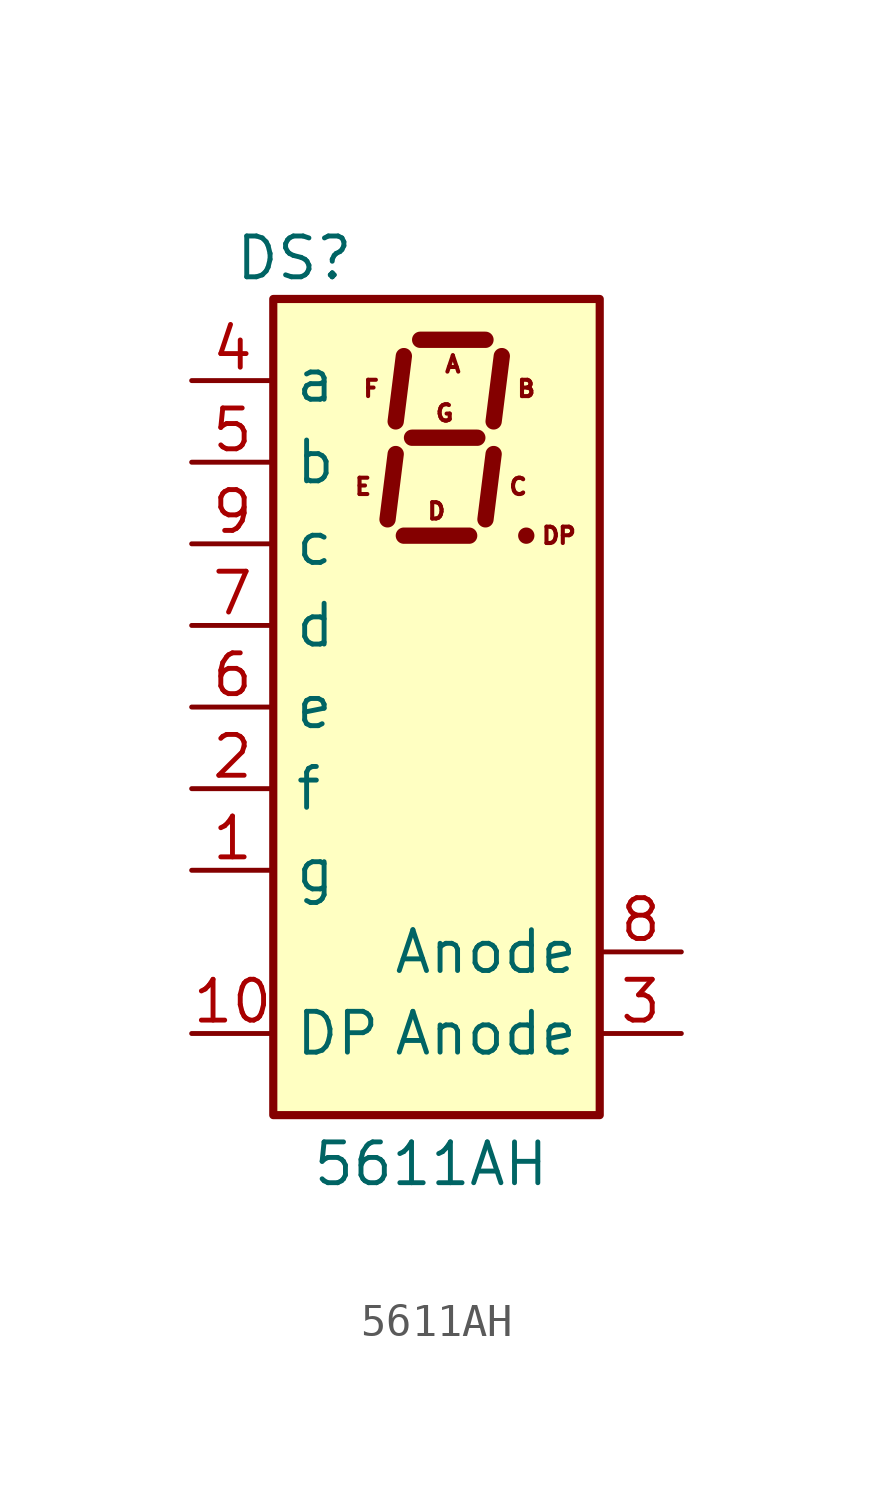
<source format=kicad_sym>
(kicad_symbol_lib
  (version 20211014)
  (generator kicad_symbol_editor)
  (symbol "5611AH"
    (pin_names
      (offset 0.635))
    (property "Reference" "DS"
      (at -2.54 13.97 0)
      (effects (font (size 1.27 1.27)) (justify right)))
    (property "Value" "5611AH"
      (at 3.556 -14.224 0)
      (effects (font (size 1.27 1.27)) (justify right)))
    (symbol "5611AH_0_0"
      (text "A" (at 0.508 10.668 0) (effects (font (size 0.508 0.508))))
      (text "B" (at 2.794 9.906 0) (effects (font (size 0.508 0.508))))
      (text "C" (at 2.54 6.858 0) (effects (font (size 0.508 0.508))))
      (text "D" (at 0 6.096 0) (effects (font (size 0.508 0.508))))
      (text "DP" (at 3.81 5.334 0) (effects (font (size 0.508 0.508))))
      (text "E" (at -2.286 6.858 0) (effects (font (size 0.508 0.508))))
      (text "F" (at -2.032 9.906 0) (effects (font (size 0.508 0.508))))
      (text "G" (at 0.254 9.144 0) (effects (font (size 0.508 0.508)))))
    (symbol "5611AH_0_1"
      (rectangle (start -5.08 12.7) (end 5.08 -12.7) (stroke (width 0.254) (type default) (color 0 0 0 0)) (fill (type background)))
      (polyline (pts (xy -1.27 7.874) (xy -1.524 5.842)) (stroke (width 0.508) (type default) (color 0 0 0 0)) (fill (type none)))
      (polyline (pts (xy -1.016 5.334) (xy 1.016 5.334)) (stroke (width 0.508) (type default) (color 0 0 0 0)) (fill (type none)))
      (polyline (pts (xy -1.016 10.922) (xy -1.27 8.89)) (stroke (width 0.508) (type default) (color 0 0 0 0)) (fill (type none)))
      (polyline (pts (xy -0.762 8.382) (xy 1.27 8.382)) (stroke (width 0.508) (type default) (color 0 0 0 0)) (fill (type none)))
      (polyline (pts (xy -0.508 11.43) (xy 1.524 11.43)) (stroke (width 0.508) (type default) (color 0 0 0 0)) (fill (type none)))
      (polyline (pts (xy 1.778 7.874) (xy 1.524 5.842)) (stroke (width 0.508) (type default) (color 0 0 0 0)) (fill (type none)))
      (polyline (pts (xy 2.032 10.922) (xy 1.778 8.89)) (stroke (width 0.508) (type default) (color 0 0 0 0)) (fill (type none)))
      (polyline (pts (xy 2.794 5.334) (xy 2.794 5.334)) (stroke (width 0.508) (type default) (color 0 0 0 0)) (fill (type none))))
    (symbol "5611AH_1_1"
      (pin input line (at -7.62 -5.08 0) (length 2.54) (name "g" (effects (font (size 1.27 1.27)))) (number "1" (effects (font (size 1.27 1.27)))))
      (pin input line (at -7.62 -10.16 0) (length 2.54) (name "DP" (effects (font (size 1.27 1.27)))) (number "10" (effects (font (size 1.27 1.27)))))
      (pin input line (at -7.62 -2.54 0) (length 2.54) (name "f" (effects (font (size 1.27 1.27)))) (number "2" (effects (font (size 1.27 1.27)))))
      (pin input line (at 7.62 -10.16 180) (length 2.54) (name "Anode" (effects (font (size 1.27 1.27)))) (number "3" (effects (font (size 1.27 1.27)))))
      (pin input line (at -7.62 10.16 0) (length 2.54) (name "a" (effects (font (size 1.27 1.27)))) (number "4" (effects (font (size 1.27 1.27)))))
      (pin input line (at -7.62 7.62 0) (length 2.54) (name "b" (effects (font (size 1.27 1.27)))) (number "5" (effects (font (size 1.27 1.27)))))
      (pin input line (at -7.62 0 0) (length 2.54) (name "e" (effects (font (size 1.27 1.27)))) (number "6" (effects (font (size 1.27 1.27)))))
      (pin input line (at -7.62 2.54 0) (length 2.54) (name "d" (effects (font (size 1.27 1.27)))) (number "7" (effects (font (size 1.27 1.27)))))
      (pin input line (at 7.62 -7.62 180) (length 2.54) (name "Anode" (effects (font (size 1.27 1.27)))) (number "8" (effects (font (size 1.27 1.27)))))
      (pin input line (at -7.62 5.08 0) (length 2.54) (name "c" (effects (font (size 1.27 1.27)))) (number "9" (effects (font (size 1.27 1.27))))))))
</source>
